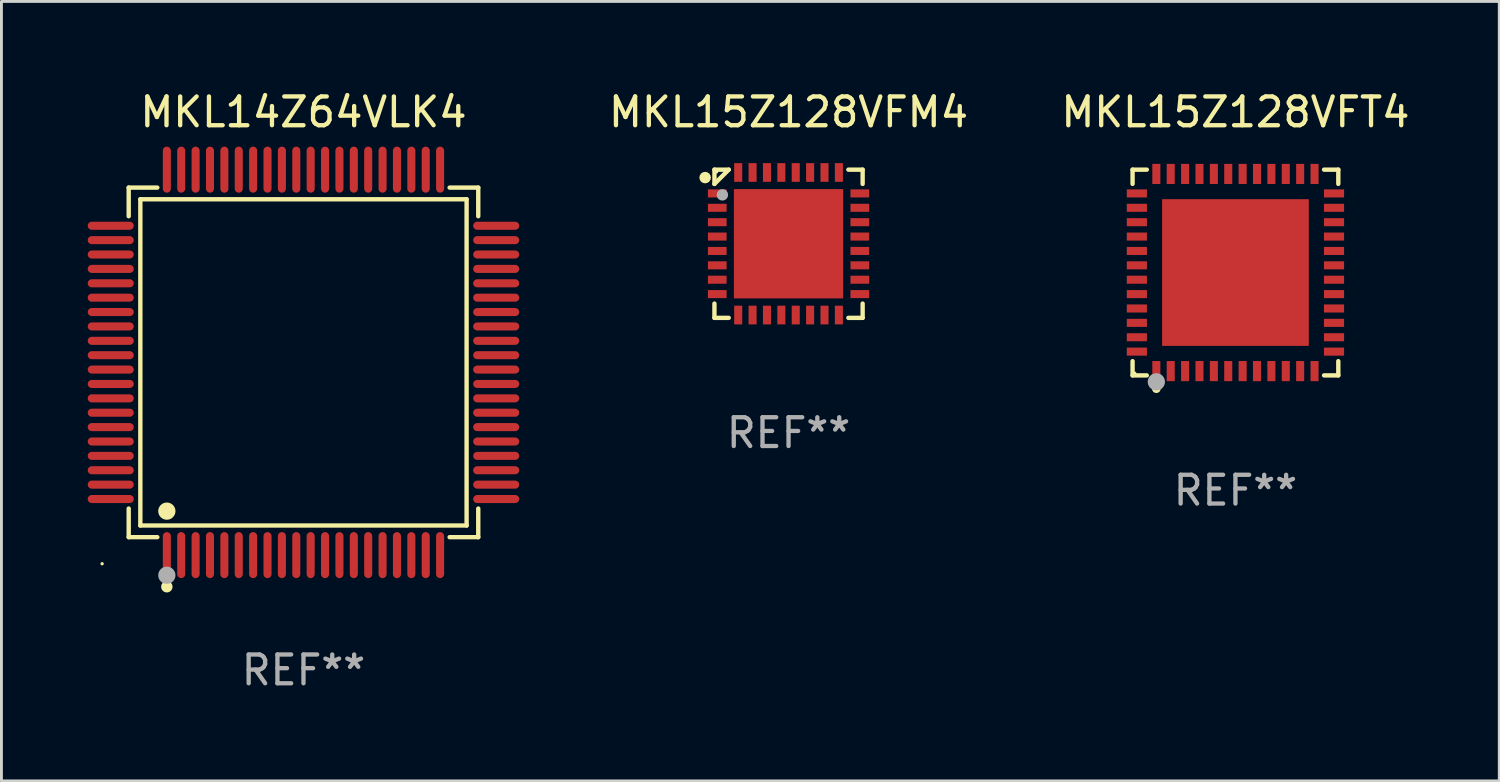
<source format=kicad_pcb>
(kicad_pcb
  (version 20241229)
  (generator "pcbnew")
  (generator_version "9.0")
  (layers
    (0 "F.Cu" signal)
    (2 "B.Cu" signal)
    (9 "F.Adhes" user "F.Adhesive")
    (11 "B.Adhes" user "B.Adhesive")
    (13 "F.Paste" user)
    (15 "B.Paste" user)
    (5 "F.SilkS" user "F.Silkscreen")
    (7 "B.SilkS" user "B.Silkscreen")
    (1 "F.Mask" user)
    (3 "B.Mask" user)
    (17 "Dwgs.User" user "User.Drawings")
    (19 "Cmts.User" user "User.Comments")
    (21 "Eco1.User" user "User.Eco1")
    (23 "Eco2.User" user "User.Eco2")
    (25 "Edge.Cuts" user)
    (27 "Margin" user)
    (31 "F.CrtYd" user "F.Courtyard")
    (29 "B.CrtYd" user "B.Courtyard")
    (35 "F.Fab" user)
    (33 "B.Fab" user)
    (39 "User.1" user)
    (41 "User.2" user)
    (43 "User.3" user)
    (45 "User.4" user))
  (footprint "MKL15Z128VFM4"
    (layer "F.Cu")
    (at 24.363 5.424)
    (property "Reference" "MKL15Z128VFM4" (at 0 -4.576 0) (layer "F.SilkS") (effects (font (size 1 1) (thickness 0.15))))
    (attr through_hole)
    (fp_line (start -2.576 -2.576) (end -2.576 -2.08) (stroke (width 0.152) (type solid)) (layer "F.SilkS"))
    (fp_line (start -2.576 2.576) (end -2.576 2.08) (stroke (width 0.152) (type solid)) (layer "F.SilkS"))
    (fp_line (start -2.08 -2.576) (end -2.576 -2.576) (stroke (width 0.152) (type solid)) (layer "F.SilkS"))
    (fp_line (start -2.08 -2.576) (end -2.576 -2.08) (stroke (width 0.152) (type solid)) (layer "F.SilkS"))
    (fp_line (start -2.08 2.576) (end -2.576 2.576) (stroke (width 0.152) (type solid)) (layer "F.SilkS"))
    (fp_line (start 2.08 -2.576) (end 2.576 -2.576) (stroke (width 0.152) (type solid)) (layer "F.SilkS"))
    (fp_line (start 2.08 2.576) (end 2.576 2.576) (stroke (width 0.152) (type solid)) (layer "F.SilkS"))
    (fp_line (start 2.576 -2.576) (end 2.576 -2.08) (stroke (width 0.152) (type solid)) (layer "F.SilkS"))
    (fp_line (start 2.576 2.576) (end 2.576 2.08) (stroke (width 0.152) (type solid)) (layer "F.SilkS"))
    (fp_circle (center -2.9 -2.3) (end -2.8 -2.3) (stroke (width 0.2) (type solid)) (fill no) (layer "F.SilkS"))
    (fp_circle (center -2.5 -2.5) (end -2.47 -2.5) (stroke (width 0.06) (type solid)) (fill no) (layer "F.SilkS"))
    (fp_circle (center -2.3 -1.7) (end -2.2 -1.7) (stroke (width 0.2) (type solid)) (fill no) (layer "F.Fab"))
    (fp_text user "REF**" (at 0 6.576 0) (layer "F.Fab") (effects (font (size 1 1) (thickness 0.15))))
    (pad "1" smd rect (at -2.478 -1.75) (size 0.65 0.28) (layers "F.Cu" "F.Mask" "F.Paste"))
    (pad "2" smd rect (at -2.478 -1.25) (size 0.65 0.28) (layers "F.Cu" "F.Mask" "F.Paste"))
    (pad "3" smd rect (at -2.478 -0.75) (size 0.65 0.28) (layers "F.Cu" "F.Mask" "F.Paste"))
    (pad "4" smd rect (at -2.478 -0.25) (size 0.65 0.28) (layers "F.Cu" "F.Mask" "F.Paste"))
    (pad "5" smd rect (at -2.478 0.25) (size 0.65 0.28) (layers "F.Cu" "F.Mask" "F.Paste"))
    (pad "6" smd rect (at -2.478 0.75) (size 0.65 0.28) (layers "F.Cu" "F.Mask" "F.Paste"))
    (pad "7" smd rect (at -2.478 1.25) (size 0.65 0.28) (layers "F.Cu" "F.Mask" "F.Paste"))
    (pad "8" smd rect (at -2.478 1.75) (size 0.65 0.28) (layers "F.Cu" "F.Mask" "F.Paste"))
    (pad "9" smd rect (at -1.75 2.478) (size 0.28 0.65) (layers "F.Cu" "F.Mask" "F.Paste"))
    (pad "10" smd rect (at -1.25 2.478) (size 0.28 0.65) (layers "F.Cu" "F.Mask" "F.Paste"))
    (pad "11" smd rect (at -0.75 2.478) (size 0.28 0.65) (layers "F.Cu" "F.Mask" "F.Paste"))
    (pad "12" smd rect (at -0.25 2.478) (size 0.28 0.65) (layers "F.Cu" "F.Mask" "F.Paste"))
    (pad "13" smd rect (at 0.25 2.478) (size 0.28 0.65) (layers "F.Cu" "F.Mask" "F.Paste"))
    (pad "14" smd rect (at 0.75 2.478) (size 0.28 0.65) (layers "F.Cu" "F.Mask" "F.Paste"))
    (pad "15" smd rect (at 1.25 2.478) (size 0.28 0.65) (layers "F.Cu" "F.Mask" "F.Paste"))
    (pad "16" smd rect (at 1.75 2.478) (size 0.28 0.65) (layers "F.Cu" "F.Mask" "F.Paste"))
    (pad "17" smd rect (at 2.478 1.75) (size 0.65 0.28) (layers "F.Cu" "F.Mask" "F.Paste"))
    (pad "18" smd rect (at 2.478 1.25) (size 0.65 0.28) (layers "F.Cu" "F.Mask" "F.Paste"))
    (pad "19" smd rect (at 2.478 0.75) (size 0.65 0.28) (layers "F.Cu" "F.Mask" "F.Paste"))
    (pad "20" smd rect (at 2.478 0.25) (size 0.65 0.28) (layers "F.Cu" "F.Mask" "F.Paste"))
    (pad "21" smd rect (at 2.478 -0.25) (size 0.65 0.28) (layers "F.Cu" "F.Mask" "F.Paste"))
    (pad "22" smd rect (at 2.478 -0.75) (size 0.65 0.28) (layers "F.Cu" "F.Mask" "F.Paste"))
    (pad "23" smd rect (at 2.478 -1.25) (size 0.65 0.28) (layers "F.Cu" "F.Mask" "F.Paste"))
    (pad "24" smd rect (at 2.478 -1.75) (size 0.65 0.28) (layers "F.Cu" "F.Mask" "F.Paste"))
    (pad "25" smd rect (at 1.75 -2.478) (size 0.28 0.65) (layers "F.Cu" "F.Mask" "F.Paste"))
    (pad "26" smd rect (at 1.25 -2.478) (size 0.28 0.65) (layers "F.Cu" "F.Mask" "F.Paste"))
    (pad "27" smd rect (at 0.75 -2.478) (size 0.28 0.65) (layers "F.Cu" "F.Mask" "F.Paste"))
    (pad "28" smd rect (at 0.25 -2.478) (size 0.28 0.65) (layers "F.Cu" "F.Mask" "F.Paste"))
    (pad "29" smd rect (at -0.25 -2.478) (size 0.28 0.65) (layers "F.Cu" "F.Mask" "F.Paste"))
    (pad "30" smd rect (at -0.75 -2.478) (size 0.28 0.65) (layers "F.Cu" "F.Mask" "F.Paste"))
    (pad "31" smd rect (at -1.25 -2.478) (size 0.28 0.65) (layers "F.Cu" "F.Mask" "F.Paste"))
    (pad "32" smd rect (at -1.75 -2.478) (size 0.28 0.65) (layers "F.Cu" "F.Mask" "F.Paste"))
    (pad "33" smd rect (at 0 0) (size 3.8 3.8) (layers "F.Cu" "F.Mask" "F.Paste")))
  (footprint "MKL15Z128VFT4"
    (layer "F.Cu")
    (at 39.899 6.424)
    (property "Reference" "MKL15Z128VFT4" (at 0 -5.576 0) (layer "F.SilkS") (effects (font (size 1 1) (thickness 0.15))))
    (attr through_hole)
    (fp_line (start -3.576 -3.576) (end -3.081 -3.576) (stroke (width 0.152) (type solid)) (layer "F.SilkS"))
    (fp_line (start -3.576 -3.081) (end -3.576 -3.576) (stroke (width 0.152) (type solid)) (layer "F.SilkS"))
    (fp_line (start -3.576 3.081) (end -3.576 3.576) (stroke (width 0.152) (type solid)) (layer "F.SilkS"))
    (fp_line (start -3.576 3.576) (end -3.081 3.576) (stroke (width 0.152) (type solid)) (layer "F.SilkS"))
    (fp_line (start 3.576 -3.576) (end 3.081 -3.576) (stroke (width 0.152) (type solid)) (layer "F.SilkS"))
    (fp_line (start 3.576 -3.081) (end 3.576 -3.576) (stroke (width 0.152) (type solid)) (layer "F.SilkS"))
    (fp_line (start 3.576 3.081) (end 3.576 3.576) (stroke (width 0.152) (type solid)) (layer "F.SilkS"))
    (fp_line (start 3.576 3.576) (end 3.081 3.576) (stroke (width 0.152) (type solid)) (layer "F.SilkS"))
    (fp_circle (center -3.5 3.5) (end -3.47 3.5) (stroke (width 0.06) (type solid)) (fill no) (layer "F.SilkS"))
    (fp_circle (center -2.75 4.04) (end -2.675 4.04) (stroke (width 0.15) (type solid)) (fill no) (layer "F.SilkS"))
    (fp_circle (center -2.75 3.8) (end -2.6 3.8) (stroke (width 0.3) (type solid)) (fill no) (layer "F.Fab"))
    (fp_text user "REF**" (at 0 7.576 0) (layer "F.Fab") (effects (font (size 1 1) (thickness 0.15))))
    (pad "1" smd rect (at -2.75 3.427) (size 0.28 0.7) (layers "F.Cu" "F.Mask" "F.Paste"))
    (pad "2" smd rect (at -2.25 3.427) (size 0.28 0.7) (layers "F.Cu" "F.Mask" "F.Paste"))
    (pad "3" smd rect (at -1.75 3.427) (size 0.28 0.7) (layers "F.Cu" "F.Mask" "F.Paste"))
    (pad "4" smd rect (at -1.25 3.427) (size 0.28 0.7) (layers "F.Cu" "F.Mask" "F.Paste"))
    (pad "5" smd rect (at -0.75 3.427) (size 0.28 0.7) (layers "F.Cu" "F.Mask" "F.Paste"))
    (pad "6" smd rect (at -0.25 3.427) (size 0.28 0.7) (layers "F.Cu" "F.Mask" "F.Paste"))
    (pad "7" smd rect (at 0.25 3.427) (size 0.28 0.7) (layers "F.Cu" "F.Mask" "F.Paste"))
    (pad "8" smd rect (at 0.75 3.427) (size 0.28 0.7) (layers "F.Cu" "F.Mask" "F.Paste"))
    (pad "9" smd rect (at 1.25 3.427) (size 0.28 0.7) (layers "F.Cu" "F.Mask" "F.Paste"))
    (pad "10" smd rect (at 1.75 3.427) (size 0.28 0.7) (layers "F.Cu" "F.Mask" "F.Paste"))
    (pad "11" smd rect (at 2.25 3.427) (size 0.28 0.7) (layers "F.Cu" "F.Mask" "F.Paste"))
    (pad "12" smd rect (at 2.75 3.427) (size 0.28 0.7) (layers "F.Cu" "F.Mask" "F.Paste"))
    (pad "13" smd rect (at 3.427 2.75) (size 0.7 0.28) (layers "F.Cu" "F.Mask" "F.Paste"))
    (pad "14" smd rect (at 3.427 2.25) (size 0.7 0.28) (layers "F.Cu" "F.Mask" "F.Paste"))
    (pad "15" smd rect (at 3.427 1.75) (size 0.7 0.28) (layers "F.Cu" "F.Mask" "F.Paste"))
    (pad "16" smd rect (at 3.427 1.25) (size 0.7 0.28) (layers "F.Cu" "F.Mask" "F.Paste"))
    (pad "17" smd rect (at 3.427 0.75) (size 0.7 0.28) (layers "F.Cu" "F.Mask" "F.Paste"))
    (pad "18" smd rect (at 3.427 0.25) (size 0.7 0.28) (layers "F.Cu" "F.Mask" "F.Paste"))
    (pad "19" smd rect (at 3.427 -0.25) (size 0.7 0.28) (layers "F.Cu" "F.Mask" "F.Paste"))
    (pad "20" smd rect (at 3.427 -0.75) (size 0.7 0.28) (layers "F.Cu" "F.Mask" "F.Paste"))
    (pad "21" smd rect (at 3.427 -1.25) (size 0.7 0.28) (layers "F.Cu" "F.Mask" "F.Paste"))
    (pad "22" smd rect (at 3.427 -1.75) (size 0.7 0.28) (layers "F.Cu" "F.Mask" "F.Paste"))
    (pad "23" smd rect (at 3.427 -2.25) (size 0.7 0.28) (layers "F.Cu" "F.Mask" "F.Paste"))
    (pad "24" smd rect (at 3.427 -2.75) (size 0.7 0.28) (layers "F.Cu" "F.Mask" "F.Paste"))
    (pad "25" smd rect (at 2.75 -3.427) (size 0.28 0.7) (layers "F.Cu" "F.Mask" "F.Paste"))
    (pad "26" smd rect (at 2.25 -3.427) (size 0.28 0.7) (layers "F.Cu" "F.Mask" "F.Paste"))
    (pad "27" smd rect (at 1.75 -3.427) (size 0.28 0.7) (layers "F.Cu" "F.Mask" "F.Paste"))
    (pad "28" smd rect (at 1.25 -3.427) (size 0.28 0.7) (layers "F.Cu" "F.Mask" "F.Paste"))
    (pad "29" smd rect (at 0.75 -3.427) (size 0.28 0.7) (layers "F.Cu" "F.Mask" "F.Paste"))
    (pad "30" smd rect (at 0.25 -3.427) (size 0.28 0.7) (layers "F.Cu" "F.Mask" "F.Paste"))
    (pad "31" smd rect (at -0.25 -3.427) (size 0.28 0.7) (layers "F.Cu" "F.Mask" "F.Paste"))
    (pad "32" smd rect (at -0.75 -3.427) (size 0.28 0.7) (layers "F.Cu" "F.Mask" "F.Paste"))
    (pad "33" smd rect (at -1.25 -3.427) (size 0.28 0.7) (layers "F.Cu" "F.Mask" "F.Paste"))
    (pad "34" smd rect (at -1.75 -3.427) (size 0.28 0.7) (layers "F.Cu" "F.Mask" "F.Paste"))
    (pad "35" smd rect (at -2.25 -3.427) (size 0.28 0.7) (layers "F.Cu" "F.Mask" "F.Paste"))
    (pad "36" smd rect (at -2.75 -3.427) (size 0.28 0.7) (layers "F.Cu" "F.Mask" "F.Paste"))
    (pad "37" smd rect (at -3.427 -2.75) (size 0.7 0.28) (layers "F.Cu" "F.Mask" "F.Paste"))
    (pad "38" smd rect (at -3.427 -2.25) (size 0.7 0.28) (layers "F.Cu" "F.Mask" "F.Paste"))
    (pad "39" smd rect (at -3.427 -1.75) (size 0.7 0.28) (layers "F.Cu" "F.Mask" "F.Paste"))
    (pad "40" smd rect (at -3.427 -1.25) (size 0.7 0.28) (layers "F.Cu" "F.Mask" "F.Paste"))
    (pad "41" smd rect (at -3.427 -0.75) (size 0.7 0.28) (layers "F.Cu" "F.Mask" "F.Paste"))
    (pad "42" smd rect (at -3.427 -0.25) (size 0.7 0.28) (layers "F.Cu" "F.Mask" "F.Paste"))
    (pad "43" smd rect (at -3.427 0.25) (size 0.7 0.28) (layers "F.Cu" "F.Mask" "F.Paste"))
    (pad "44" smd rect (at -3.427 0.75) (size 0.7 0.28) (layers "F.Cu" "F.Mask" "F.Paste"))
    (pad "45" smd rect (at -3.427 1.25) (size 0.7 0.28) (layers "F.Cu" "F.Mask" "F.Paste"))
    (pad "46" smd rect (at -3.427 1.75) (size 0.7 0.28) (layers "F.Cu" "F.Mask" "F.Paste"))
    (pad "47" smd rect (at -3.427 2.25) (size 0.7 0.28) (layers "F.Cu" "F.Mask" "F.Paste"))
    (pad "48" smd rect (at -3.427 2.75) (size 0.7 0.28) (layers "F.Cu" "F.Mask" "F.Paste"))
    (pad "49" smd rect (at 0 0) (size 5.1 5.1) (layers "F.Cu" "F.Mask" "F.Paste")))
  (footprint "MKL14Z64VLK4"
    (layer "F.Cu")
    (at 7.5 9.548)
    (property "Reference" "MKL14Z64VLK4" (at 0 -8.7 0) (layer "F.SilkS") (effects (font (size 1 1) (thickness 0.15))))
    (attr through_hole)
    (fp_line (start -6.076 -6.076) (end -5.081 -6.076) (stroke (width 0.152) (type solid)) (layer "F.SilkS"))
    (fp_line (start -6.076 -5.081) (end -6.076 -6.076) (stroke (width 0.152) (type solid)) (layer "F.SilkS"))
    (fp_line (start -6.076 5.081) (end -6.076 6.076) (stroke (width 0.152) (type solid)) (layer "F.SilkS"))
    (fp_line (start -6.076 6.076) (end -5.081 6.076) (stroke (width 0.152) (type solid)) (layer "F.SilkS"))
    (fp_line (start -5.671 -5.671) (end 5.671 -5.671) (stroke (width 0.152) (type solid)) (layer "F.SilkS"))
    (fp_line (start -5.671 5.671) (end -5.671 -5.671) (stroke (width 0.152) (type solid)) (layer "F.SilkS"))
    (fp_line (start 5.671 -5.671) (end 5.671 5.671) (stroke (width 0.152) (type solid)) (layer "F.SilkS"))
    (fp_line (start 5.671 5.671) (end -5.671 5.671) (stroke (width 0.152) (type solid)) (layer "F.SilkS"))
    (fp_line (start 6.076 -6.076) (end 5.081 -6.076) (stroke (width 0.152) (type solid)) (layer "F.SilkS"))
    (fp_line (start 6.076 -5.081) (end 6.076 -6.076) (stroke (width 0.152) (type solid)) (layer "F.SilkS"))
    (fp_line (start 6.076 5.081) (end 6.076 6.076) (stroke (width 0.152) (type solid)) (layer "F.SilkS"))
    (fp_line (start 6.076 6.076) (end 5.081 6.076) (stroke (width 0.152) (type solid)) (layer "F.SilkS"))
    (fp_circle (center -7 7) (end -6.97 7) (stroke (width 0.06) (type solid)) (fill no) (layer "F.SilkS"))
    (fp_circle (center -4.75 5.171) (end -4.6 5.171) (stroke (width 0.3) (type solid)) (fill no) (layer "F.SilkS"))
    (fp_circle (center -4.75 7.8) (end -4.65 7.8) (stroke (width 0.2) (type solid)) (fill no) (layer "F.SilkS"))
    (fp_circle (center -4.75 7.4) (end -4.6 7.4) (stroke (width 0.3) (type solid)) (fill no) (layer "F.Fab"))
    (fp_text user "REF**" (at 0 10.7 0) (layer "F.Fab") (effects (font (size 1 1) (thickness 0.15))))
    (pad "1" smd oval (at -4.75 6.7) (size 0.28 1.6) (layers "F.Cu" "F.Mask" "F.Paste"))
    (pad "2" smd oval (at -4.25 6.7) (size 0.28 1.6) (layers "F.Cu" "F.Mask" "F.Paste"))
    (pad "3" smd oval (at -3.75 6.7) (size 0.28 1.6) (layers "F.Cu" "F.Mask" "F.Paste"))
    (pad "4" smd oval (at -3.25 6.7) (size 0.28 1.6) (layers "F.Cu" "F.Mask" "F.Paste"))
    (pad "5" smd oval (at -2.75 6.7) (size 0.28 1.6) (layers "F.Cu" "F.Mask" "F.Paste"))
    (pad "6" smd oval (at -2.25 6.7) (size 0.28 1.6) (layers "F.Cu" "F.Mask" "F.Paste"))
    (pad "7" smd oval (at -1.75 6.7) (size 0.28 1.6) (layers "F.Cu" "F.Mask" "F.Paste"))
    (pad "8" smd oval (at -1.25 6.7) (size 0.28 1.6) (layers "F.Cu" "F.Mask" "F.Paste"))
    (pad "9" smd oval (at -0.75 6.7) (size 0.28 1.6) (layers "F.Cu" "F.Mask" "F.Paste"))
    (pad "10" smd oval (at -0.25 6.7) (size 0.28 1.6) (layers "F.Cu" "F.Mask" "F.Paste"))
    (pad "11" smd oval (at 0.25 6.7) (size 0.28 1.6) (layers "F.Cu" "F.Mask" "F.Paste"))
    (pad "12" smd oval (at 0.75 6.7) (size 0.28 1.6) (layers "F.Cu" "F.Mask" "F.Paste"))
    (pad "13" smd oval (at 1.25 6.7) (size 0.28 1.6) (layers "F.Cu" "F.Mask" "F.Paste"))
    (pad "14" smd oval (at 1.75 6.7) (size 0.28 1.6) (layers "F.Cu" "F.Mask" "F.Paste"))
    (pad "15" smd oval (at 2.25 6.7) (size 0.28 1.6) (layers "F.Cu" "F.Mask" "F.Paste"))
    (pad "16" smd oval (at 2.75 6.7) (size 0.28 1.6) (layers "F.Cu" "F.Mask" "F.Paste"))
    (pad "17" smd oval (at 3.25 6.7) (size 0.28 1.6) (layers "F.Cu" "F.Mask" "F.Paste"))
    (pad "18" smd oval (at 3.75 6.7) (size 0.28 1.6) (layers "F.Cu" "F.Mask" "F.Paste"))
    (pad "19" smd oval (at 4.25 6.7) (size 0.28 1.6) (layers "F.Cu" "F.Mask" "F.Paste"))
    (pad "20" smd oval (at 4.75 6.7) (size 0.28 1.6) (layers "F.Cu" "F.Mask" "F.Paste"))
    (pad "21" smd oval (at 6.7 4.75) (size 1.6 0.28) (layers "F.Cu" "F.Mask" "F.Paste"))
    (pad "22" smd oval (at 6.7 4.25) (size 1.6 0.28) (layers "F.Cu" "F.Mask" "F.Paste"))
    (pad "23" smd oval (at 6.7 3.75) (size 1.6 0.28) (layers "F.Cu" "F.Mask" "F.Paste"))
    (pad "24" smd oval (at 6.7 3.25) (size 1.6 0.28) (layers "F.Cu" "F.Mask" "F.Paste"))
    (pad "25" smd oval (at 6.7 2.75) (size 1.6 0.28) (layers "F.Cu" "F.Mask" "F.Paste"))
    (pad "26" smd oval (at 6.7 2.25) (size 1.6 0.28) (layers "F.Cu" "F.Mask" "F.Paste"))
    (pad "27" smd oval (at 6.7 1.75) (size 1.6 0.28) (layers "F.Cu" "F.Mask" "F.Paste"))
    (pad "28" smd oval (at 6.7 1.25) (size 1.6 0.28) (layers "F.Cu" "F.Mask" "F.Paste"))
    (pad "29" smd oval (at 6.7 0.75) (size 1.6 0.28) (layers "F.Cu" "F.Mask" "F.Paste"))
    (pad "30" smd oval (at 6.7 0.25) (size 1.6 0.28) (layers "F.Cu" "F.Mask" "F.Paste"))
    (pad "31" smd oval (at 6.7 -0.25) (size 1.6 0.28) (layers "F.Cu" "F.Mask" "F.Paste"))
    (pad "32" smd oval (at 6.7 -0.75) (size 1.6 0.28) (layers "F.Cu" "F.Mask" "F.Paste"))
    (pad "33" smd oval (at 6.7 -1.25) (size 1.6 0.28) (layers "F.Cu" "F.Mask" "F.Paste"))
    (pad "34" smd oval (at 6.7 -1.75) (size 1.6 0.28) (layers "F.Cu" "F.Mask" "F.Paste"))
    (pad "35" smd oval (at 6.7 -2.25) (size 1.6 0.28) (layers "F.Cu" "F.Mask" "F.Paste"))
    (pad "36" smd oval (at 6.7 -2.75) (size 1.6 0.28) (layers "F.Cu" "F.Mask" "F.Paste"))
    (pad "37" smd oval (at 6.7 -3.25) (size 1.6 0.28) (layers "F.Cu" "F.Mask" "F.Paste"))
    (pad "38" smd oval (at 6.7 -3.75) (size 1.6 0.28) (layers "F.Cu" "F.Mask" "F.Paste"))
    (pad "39" smd oval (at 6.7 -4.25) (size 1.6 0.28) (layers "F.Cu" "F.Mask" "F.Paste"))
    (pad "40" smd oval (at 6.7 -4.75) (size 1.6 0.28) (layers "F.Cu" "F.Mask" "F.Paste"))
    (pad "41" smd oval (at 4.75 -6.7) (size 0.28 1.6) (layers "F.Cu" "F.Mask" "F.Paste"))
    (pad "42" smd oval (at 4.25 -6.7) (size 0.28 1.6) (layers "F.Cu" "F.Mask" "F.Paste"))
    (pad "43" smd oval (at 3.75 -6.7) (size 0.28 1.6) (layers "F.Cu" "F.Mask" "F.Paste"))
    (pad "44" smd oval (at 3.25 -6.7) (size 0.28 1.6) (layers "F.Cu" "F.Mask" "F.Paste"))
    (pad "45" smd oval (at 2.75 -6.7) (size 0.28 1.6) (layers "F.Cu" "F.Mask" "F.Paste"))
    (pad "46" smd oval (at 2.25 -6.7) (size 0.28 1.6) (layers "F.Cu" "F.Mask" "F.Paste"))
    (pad "47" smd oval (at 1.75 -6.7) (size 0.28 1.6) (layers "F.Cu" "F.Mask" "F.Paste"))
    (pad "48" smd oval (at 1.25 -6.7) (size 0.28 1.6) (layers "F.Cu" "F.Mask" "F.Paste"))
    (pad "49" smd oval (at 0.75 -6.7) (size 0.28 1.6) (layers "F.Cu" "F.Mask" "F.Paste"))
    (pad "50" smd oval (at 0.25 -6.7) (size 0.28 1.6) (layers "F.Cu" "F.Mask" "F.Paste"))
    (pad "51" smd oval (at -0.25 -6.7) (size 0.28 1.6) (layers "F.Cu" "F.Mask" "F.Paste"))
    (pad "52" smd oval (at -0.75 -6.7) (size 0.28 1.6) (layers "F.Cu" "F.Mask" "F.Paste"))
    (pad "53" smd oval (at -1.25 -6.7) (size 0.28 1.6) (layers "F.Cu" "F.Mask" "F.Paste"))
    (pad "54" smd oval (at -1.75 -6.7) (size 0.28 1.6) (layers "F.Cu" "F.Mask" "F.Paste"))
    (pad "55" smd oval (at -2.25 -6.7) (size 0.28 1.6) (layers "F.Cu" "F.Mask" "F.Paste"))
    (pad "56" smd oval (at -2.75 -6.7) (size 0.28 1.6) (layers "F.Cu" "F.Mask" "F.Paste"))
    (pad "57" smd oval (at -3.25 -6.7) (size 0.28 1.6) (layers "F.Cu" "F.Mask" "F.Paste"))
    (pad "58" smd oval (at -3.75 -6.7) (size 0.28 1.6) (layers "F.Cu" "F.Mask" "F.Paste"))
    (pad "59" smd oval (at -4.25 -6.7) (size 0.28 1.6) (layers "F.Cu" "F.Mask" "F.Paste"))
    (pad "60" smd oval (at -4.75 -6.7) (size 0.28 1.6) (layers "F.Cu" "F.Mask" "F.Paste"))
    (pad "61" smd oval (at -6.7 -4.75) (size 1.6 0.28) (layers "F.Cu" "F.Mask" "F.Paste"))
    (pad "62" smd oval (at -6.7 -4.25) (size 1.6 0.28) (layers "F.Cu" "F.Mask" "F.Paste"))
    (pad "63" smd oval (at -6.7 -3.75) (size 1.6 0.28) (layers "F.Cu" "F.Mask" "F.Paste"))
    (pad "64" smd oval (at -6.7 -3.25) (size 1.6 0.28) (layers "F.Cu" "F.Mask" "F.Paste"))
    (pad "65" smd oval (at -6.7 -2.75) (size 1.6 0.28) (layers "F.Cu" "F.Mask" "F.Paste"))
    (pad "66" smd oval (at -6.7 -2.25) (size 1.6 0.28) (layers "F.Cu" "F.Mask" "F.Paste"))
    (pad "67" smd oval (at -6.7 -1.75) (size 1.6 0.28) (layers "F.Cu" "F.Mask" "F.Paste"))
    (pad "68" smd oval (at -6.7 -1.25) (size 1.6 0.28) (layers "F.Cu" "F.Mask" "F.Paste"))
    (pad "69" smd oval (at -6.7 -0.75) (size 1.6 0.28) (layers "F.Cu" "F.Mask" "F.Paste"))
    (pad "70" smd oval (at -6.7 -0.25) (size 1.6 0.28) (layers "F.Cu" "F.Mask" "F.Paste"))
    (pad "71" smd oval (at -6.7 0.25) (size 1.6 0.28) (layers "F.Cu" "F.Mask" "F.Paste"))
    (pad "72" smd oval (at -6.7 0.75) (size 1.6 0.28) (layers "F.Cu" "F.Mask" "F.Paste"))
    (pad "73" smd oval (at -6.7 1.25) (size 1.6 0.28) (layers "F.Cu" "F.Mask" "F.Paste"))
    (pad "74" smd oval (at -6.7 1.75) (size 1.6 0.28) (layers "F.Cu" "F.Mask" "F.Paste"))
    (pad "75" smd oval (at -6.7 2.25) (size 1.6 0.28) (layers "F.Cu" "F.Mask" "F.Paste"))
    (pad "76" smd oval (at -6.7 2.75) (size 1.6 0.28) (layers "F.Cu" "F.Mask" "F.Paste"))
    (pad "77" smd oval (at -6.7 3.25) (size 1.6 0.28) (layers "F.Cu" "F.Mask" "F.Paste"))
    (pad "78" smd oval (at -6.7 3.75) (size 1.6 0.28) (layers "F.Cu" "F.Mask" "F.Paste"))
    (pad "79" smd oval (at -6.7 4.25) (size 1.6 0.28) (layers "F.Cu" "F.Mask" "F.Paste"))
    (pad "80" smd oval (at -6.7 4.75) (size 1.6 0.28) (layers "F.Cu" "F.Mask" "F.Paste")))
  (gr_rect
    (start -3 -3)
    (end 49.071 24.097)
    (stroke (width 0.1) (type default))
    (fill no)
    (layer "Edge.Cuts")))
</source>
